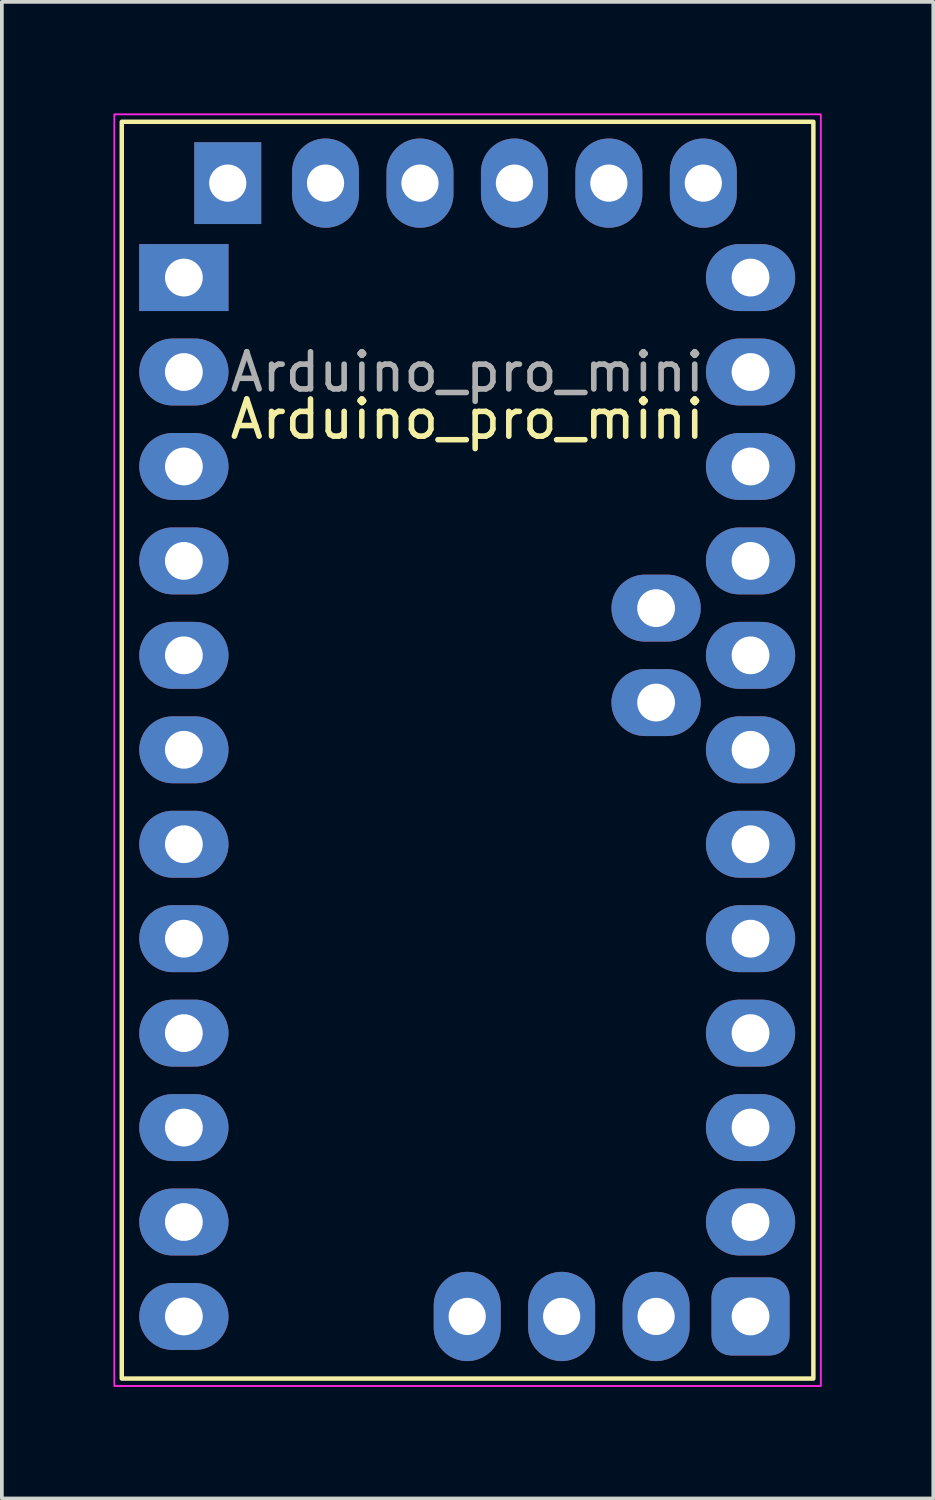
<source format=kicad_pcb>
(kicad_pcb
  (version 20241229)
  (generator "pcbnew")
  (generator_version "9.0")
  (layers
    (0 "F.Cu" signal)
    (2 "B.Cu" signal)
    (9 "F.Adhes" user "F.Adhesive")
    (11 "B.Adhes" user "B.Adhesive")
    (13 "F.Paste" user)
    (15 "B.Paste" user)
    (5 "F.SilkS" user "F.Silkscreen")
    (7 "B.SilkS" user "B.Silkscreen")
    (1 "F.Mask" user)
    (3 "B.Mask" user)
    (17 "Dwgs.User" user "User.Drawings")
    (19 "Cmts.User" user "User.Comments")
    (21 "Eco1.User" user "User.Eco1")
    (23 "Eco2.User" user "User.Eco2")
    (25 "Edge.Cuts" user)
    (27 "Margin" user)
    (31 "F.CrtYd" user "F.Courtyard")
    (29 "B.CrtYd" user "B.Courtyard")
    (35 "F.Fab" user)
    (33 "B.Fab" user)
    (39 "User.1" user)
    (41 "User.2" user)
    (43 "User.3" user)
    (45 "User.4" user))
  (footprint "Arduino_pro_mini"
    (layer "F.Cu")
    (at 9.515 18.385)
    (property "Reference" "Arduino_pro_mini" (at 0 -10.16 0) (unlocked yes) (layer "F.SilkS") (effects (font (size 1 1) (thickness 0.15))))
    (attr through_hole)
    (fp_rect (start -9.29 -18.16) (end 9.31 15.64) (stroke (width 0.12) (type solid)) (fill no) (layer "F.SilkS"))
    (fp_rect (start -8.89 -17.78) (end 8.89 15.24) (stroke (width 0.12) (type solid)) (fill no) (layer "F.Paste"))
    (fp_rect (start -9.49 -18.36) (end 9.51 15.84) (stroke (width 0.05) (type solid)) (fill no) (layer "F.CrtYd"))
    (fp_text user "${REFERENCE}" (at 0 -11.43 0) (unlocked yes) (layer "F.Fab") (effects (font (size 1 1) (thickness 0.15))))
    (pad "5V1" thru_hole oval (at 7.62 -6.35) (size 2.4 1.8) (drill 1.016) (layers "*.Cu" "*.Mask"))
    (pad "5V2" thru_hole oval (at 1.27 -16.51) (size 1.8 2.4) (drill 1) (layers "*.Cu" "*.Mask"))
    (pad "A0" thru_hole oval (at 7.62 3.81) (size 2.4 1.8) (drill 1.016) (layers "*.Cu" "*.Mask"))
    (pad "A1" thru_hole oval (at 7.62 1.27) (size 2.4 1.8) (drill 1.016) (layers "*.Cu" "*.Mask"))
    (pad "A2" thru_hole oval (at 7.62 -1.27) (size 2.4 1.8) (drill 1.016) (layers "*.Cu" "*.Mask"))
    (pad "A3" thru_hole oval (at 7.62 -3.81) (size 2.4 1.8) (drill 1.016) (layers "*.Cu" "*.Mask"))
    (pad "A4" thru_hole oval (at 5.08 -2.54) (size 2.4 1.8) (drill 1.016) (layers "*.Cu" "*.Mask"))
    (pad "A5" thru_hole oval (at 5.08 -5.08) (size 2.4 1.8) (drill 1.016) (layers "*.Cu" "*.Mask"))
    (pad "A6" thru_hole oval (at 2.54 13.97) (size 1.8 2.4) (drill 1) (layers "*.Cu" "*.Mask"))
    (pad "A7" thru_hole oval (at 5.08 13.97) (size 1.8 2.4) (drill 1) (layers "*.Cu" "*.Mask"))
    (pad "D0" thru_hole oval (at -7.62 -11.43) (size 2.4 1.8) (drill 1.016) (layers "*.Cu" "*.Mask"))
    (pad "D1" thru_hole rect (at -7.62 -13.97) (size 2.4 1.8) (drill 1.016) (layers "*.Cu" "*.Mask"))
    (pad "D2" thru_hole oval (at -7.62 -3.81) (size 2.4 1.8) (drill 1.016) (layers "*.Cu" "*.Mask"))
    (pad "D3" thru_hole oval (at -7.62 -1.27) (size 2.4 1.8) (drill 1.016) (layers "*.Cu" "*.Mask"))
    (pad "D4" thru_hole oval (at -7.62 1.27) (size 2.4 1.8) (drill 1.016) (layers "*.Cu" "*.Mask"))
    (pad "D5" thru_hole oval (at -7.62 3.81) (size 2.4 1.8) (drill 1.016) (layers "*.Cu" "*.Mask"))
    (pad "D6" thru_hole oval (at -7.62 6.35) (size 2.4 1.8) (drill 1.016) (layers "*.Cu" "*.Mask"))
    (pad "D7" thru_hole oval (at -7.62 8.89) (size 2.4 1.8) (drill 1.016) (layers "*.Cu" "*.Mask"))
    (pad "D8" thru_hole oval (at -7.62 11.43) (size 2.4 1.8) (drill 1.016) (layers "*.Cu" "*.Mask"))
    (pad "D9" thru_hole oval (at -7.62 13.97) (size 2.4 1.8) (drill 1.016) (layers "*.Cu" "*.Mask"))
    (pad "D10" thru_hole roundrect (at 7.62 13.97) (size 2.1 2.1) (drill 1.016) (layers "*.Cu" "*.Mask") (roundrect_rratio 0.25))
    (pad "D11" thru_hole oval (at 7.62 11.43) (size 2.4 1.8) (drill 1.016) (layers "*.Cu" "*.Mask"))
    (pad "D12" thru_hole oval (at 7.62 8.89) (size 2.4 1.8) (drill 1.016) (layers "*.Cu" "*.Mask"))
    (pad "D13" thru_hole oval (at 7.62 6.35) (size 2.4 1.8) (drill 1.016) (layers "*.Cu" "*.Mask"))
    (pad "GND" thru_hole oval (at 6.35 -16.51) (size 1.8 2.4) (drill 1) (layers "*.Cu" "*.Mask"))
    (pad "GND1" thru_hole oval (at -7.62 -6.35) (size 2.4 1.8) (drill 1.016) (layers "*.Cu" "*.Mask"))
    (pad "GND2" thru_hole oval (at 7.62 -11.43) (size 2.4 1.8) (drill 1.016) (layers "*.Cu" "*.Mask"))
    (pad "GND3" thru_hole oval (at 3.81 -16.51) (size 1.8 2.4) (drill 1) (layers "*.Cu" "*.Mask"))
    (pad "GND4" thru_hole oval (at 0 13.97) (size 1.8 2.4) (drill 1) (layers "*.Cu" "*.Mask"))
    (pad "L0" thru_hole oval (at -7.62 -8.89) (size 2.4 1.8) (drill 1.016) (layers "*.Cu" "*.Mask"))
    (pad "L2" thru_hole rect (at -6.44 -16.51) (size 1.8 2.2) (drill 1) (layers "*.Cu" "*.Mask"))
    (pad "RST2" thru_hole oval (at 7.62 -8.89) (size 2.4 1.8) (drill 1.016) (layers "*.Cu" "*.Mask"))
    (pad "RX" thru_hole oval (at -1.27 -16.51) (size 1.8 2.4) (drill 1) (layers "*.Cu" "*.Mask"))
    (pad "TX" thru_hole oval (at -3.81 -16.51) (size 1.8 2.4) (drill 1) (layers "*.Cu" "*.Mask"))
    (pad "VIN" thru_hole oval (at 7.62 -13.97) (size 2.4 1.8) (drill 1.016) (layers "*.Cu" "*.Mask")))
  (gr_rect
    (start -3 -3)
    (end 22.05 37.25)
    (stroke (width 0.1) (type default))
    (fill no)
    (layer "Edge.Cuts")))
</source>
